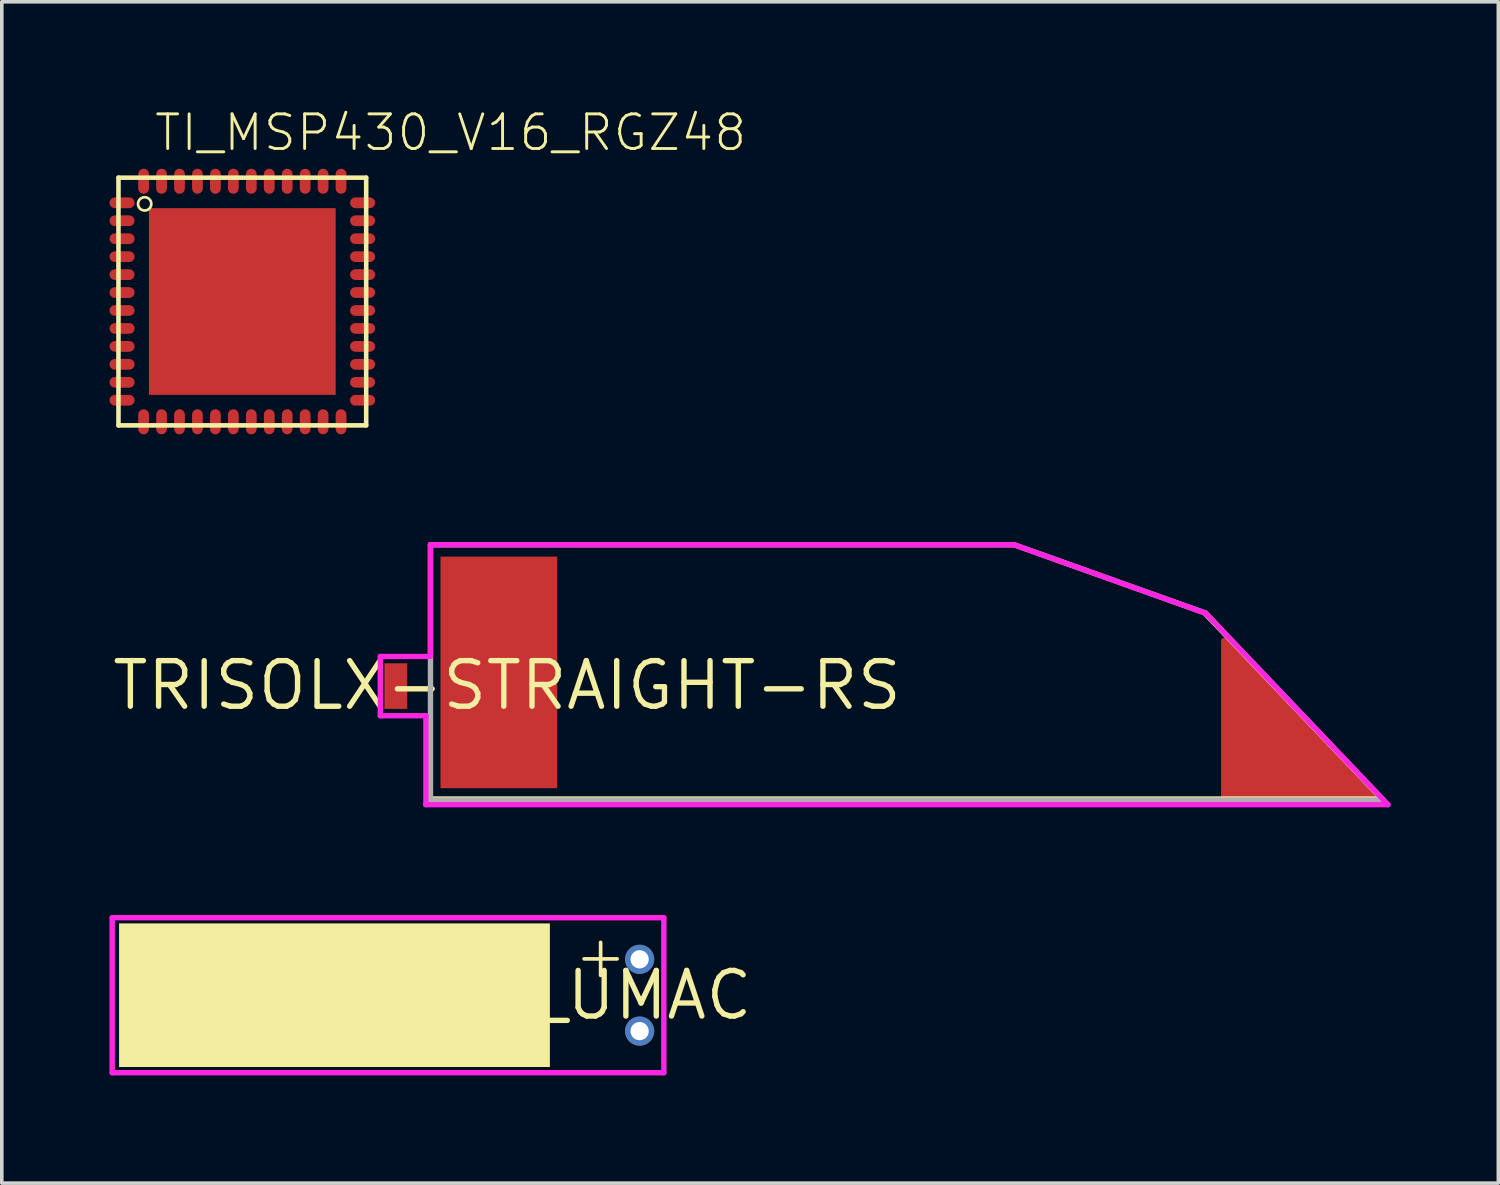
<source format=kicad_pcb>
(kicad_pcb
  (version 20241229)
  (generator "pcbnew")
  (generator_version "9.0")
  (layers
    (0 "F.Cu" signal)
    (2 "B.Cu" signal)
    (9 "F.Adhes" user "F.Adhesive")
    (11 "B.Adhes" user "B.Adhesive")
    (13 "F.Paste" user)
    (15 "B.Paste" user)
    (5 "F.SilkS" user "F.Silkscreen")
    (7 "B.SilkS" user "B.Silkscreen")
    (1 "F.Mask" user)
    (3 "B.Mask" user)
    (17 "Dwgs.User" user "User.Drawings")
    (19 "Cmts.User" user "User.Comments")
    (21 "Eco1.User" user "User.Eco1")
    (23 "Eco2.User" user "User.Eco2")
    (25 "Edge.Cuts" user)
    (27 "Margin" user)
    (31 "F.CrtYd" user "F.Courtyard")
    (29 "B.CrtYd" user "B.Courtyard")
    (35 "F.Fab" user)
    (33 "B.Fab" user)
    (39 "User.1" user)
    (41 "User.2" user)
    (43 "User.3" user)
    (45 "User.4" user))
  (footprint "TRISOLX-STRAIGHT-RS"
    (layer "F.Cu")
    (at 20.879 16.569)
    (property "Reference" "TRISOLX-STRAIGHT-RS" (at 1.27 -1.27 0) (layer "F.SilkS") (effects (font (size 1.27 1.27) (thickness 0.15)) (justify right top)))
    (attr through_hole)
    (fp_line (start -11.909 -4.439) (end -11.909 2.601) (stroke (width 0.076) (type solid)) (layer "F.SilkS"))
    (fp_line (start -11.909 2.601) (end 14.491 2.601) (stroke (width 0.076) (type solid)) (layer "F.SilkS"))
    (fp_line (start 4.327 -4.439) (end -11.909 -4.439) (stroke (width 0.076) (type solid)) (layer "F.SilkS"))
    (fp_line (start 9.57 -2.556) (end 4.327 -4.439) (stroke (width 0.076) (type solid)) (layer "F.SilkS"))
    (fp_line (start 14.491 2.601) (end 9.57 -2.556) (stroke (width 0.076) (type solid)) (layer "F.SilkS"))
    (fp_line (start -13.335 -1.333) (end -11.938 -1.333) (stroke (width 0.15) (type solid)) (layer "F.CrtYd"))
    (fp_line (start -13.335 0.318) (end -13.335 -1.333) (stroke (width 0.15) (type solid)) (layer "F.CrtYd"))
    (fp_line (start -12.065 0.318) (end -13.335 0.318) (stroke (width 0.15) (type solid)) (layer "F.CrtYd"))
    (fp_line (start -12.065 2.794) (end -12.065 0.318) (stroke (width 0.15) (type solid)) (layer "F.CrtYd"))
    (fp_line (start -12.065 2.794) (end -12.065 2.794) (stroke (width 0.15) (type solid)) (layer "F.CrtYd"))
    (fp_line (start -11.938 -4.445) (end 4.318 -4.445) (stroke (width 0.15) (type solid)) (layer "F.CrtYd"))
    (fp_line (start -11.938 -1.397) (end -11.938 -4.445) (stroke (width 0.15) (type solid)) (layer "F.CrtYd"))
    (fp_line (start 4.318 -4.445) (end 9.652 -2.54) (stroke (width 0.15) (type solid)) (layer "F.CrtYd"))
    (fp_line (start 9.652 -2.54) (end 14.732 2.794) (stroke (width 0.15) (type solid)) (layer "F.CrtYd"))
    (fp_line (start 14.732 2.794) (end -12.065 2.794) (stroke (width 0.15) (type solid)) (layer "F.CrtYd"))
    (fp_line (start -11.938 -4.445) (end 4.318 -4.445) (stroke (width 0.15) (type solid)) (layer "F.Fab"))
    (fp_line (start -11.938 2.667) (end -11.938 -4.445) (stroke (width 0.15) (type solid)) (layer "F.Fab"))
    (fp_line (start 4.318 -4.445) (end 9.652 -2.54) (stroke (width 0.15) (type solid)) (layer "F.Fab"))
    (fp_line (start 9.652 -2.54) (end 14.605 2.667) (stroke (width 0.15) (type solid)) (layer "F.Fab"))
    (fp_line (start 14.605 2.667) (end -11.938 2.667) (stroke (width 0.15) (type solid)) (layer "F.Fab"))
    (pad "P$1" smd rect (at -12.903 -0.508 90) (size 1.27 0.635) (layers "F.Cu" "F.Mask" "F.Paste"))
    (pad "P$2" smd rect (at -10.033 -0.889 90) (size 6.452 3.251) (layers "F.Cu" "F.Mask" "F.Paste"))
    (pad "P$2" smd custom (at 11.239 1.016) (size 1.524 1.524) (layers "F.Cu" "F.Mask" "F.Paste") (options (anchor circle)) (primitives (gr_poly (pts (xy 3.111 1.524) (xy -1.079 1.524) (xy -1.079 -2.794)) (width 0.15) (fill yes)))))
  (footprint "UMAC_UMAC"
    (layer "F.Cu")
    (at 12.267 24.672)
    (property "Reference" "UMAC_UMAC" (at 0 0 0) (layer "F.SilkS") (effects (font (size 1.27 1.27) (thickness 0.15))))
    (attr through_hole)
    (fp_poly (pts (xy -12 2) (xy 0 2) (xy 0 -2) (xy -12 -2)) (stroke (width 0) (type solid)) (fill yes) (layer "F.SilkS"))
    (fp_line (start -12.192 -2.159) (end 3.175 -2.159) (stroke (width 0.15) (type solid)) (layer "F.CrtYd"))
    (fp_line (start -12.192 2.159) (end -12.192 -2.159) (stroke (width 0.15) (type solid)) (layer "F.CrtYd"))
    (fp_line (start 3.175 -2.159) (end 3.175 2.159) (stroke (width 0.15) (type solid)) (layer "F.CrtYd"))
    (fp_line (start 3.175 2.159) (end -12.192 2.159) (stroke (width 0.15) (type solid)) (layer "F.CrtYd"))
    (fp_text user "+" (at 0.6 -0.4 0) (layer "F.SilkS") (effects (font (size 1.206 1.206) (thickness 0.102)) (justify left bottom)))
    (pad "V+" thru_hole circle (at 2.5 -1) (size 0.813 0.813) (drill 0.508) (layers "*.Cu" "*.Mask"))
    (pad "V-" thru_hole circle (at 2.5 1) (size 0.813 0.813) (drill 0.508) (layers "*.Cu" "*.Mask")))
  (footprint "TI_MSP430_V16_RGZ48"
    (layer "F.Cu")
    (at 3.7 5.349)
    (property "Reference" "TI_MSP430_V16_RGZ48" (at -2.5 -4.14 0) (layer "F.SilkS") (effects (font (size 0.965 0.965) (thickness 0.081)) (justify left bottom)))
    (attr through_hole)
    (fp_line (start -3.45 -3.45) (end -3.45 3.45) (stroke (width 0.127) (type solid)) (layer "F.SilkS"))
    (fp_line (start -3.45 -3.45) (end 3.45 -3.45) (stroke (width 0.127) (type solid)) (layer "F.SilkS"))
    (fp_line (start -3.45 3.45) (end 3.45 3.45) (stroke (width 0.127) (type solid)) (layer "F.SilkS"))
    (fp_line (start 3.45 3.45) (end 3.45 -3.45) (stroke (width 0.127) (type solid)) (layer "F.SilkS"))
    (fp_circle (center -2.72 -2.72) (end -2.535 -2.72) (stroke (width 0.075) (type solid)) (fill no) (layer "F.SilkS"))
    (pad "1" smd roundrect (at -3.35 -2.75 90) (size 0.3 0.7) (layers "F.Cu" "F.Mask" "F.Paste") (roundrect_rratio 0.5))
    (pad "2" smd roundrect (at -3.35 -2.25 90) (size 0.3 0.7) (layers "F.Cu" "F.Mask" "F.Paste") (roundrect_rratio 0.5))
    (pad "3" smd roundrect (at -3.35 -1.75 90) (size 0.3 0.7) (layers "F.Cu" "F.Mask" "F.Paste") (roundrect_rratio 0.5))
    (pad "4" smd roundrect (at -3.35 -1.25 90) (size 0.3 0.7) (layers "F.Cu" "F.Mask" "F.Paste") (roundrect_rratio 0.5))
    (pad "5" smd roundrect (at -3.35 -0.75 90) (size 0.3 0.7) (layers "F.Cu" "F.Mask" "F.Paste") (roundrect_rratio 0.5))
    (pad "6" smd roundrect (at -3.35 -0.25 90) (size 0.3 0.7) (layers "F.Cu" "F.Mask" "F.Paste") (roundrect_rratio 0.5))
    (pad "7" smd roundrect (at -3.35 0.25 90) (size 0.3 0.7) (layers "F.Cu" "F.Mask" "F.Paste") (roundrect_rratio 0.5))
    (pad "8" smd roundrect (at -3.35 0.75 90) (size 0.3 0.7) (layers "F.Cu" "F.Mask" "F.Paste") (roundrect_rratio 0.5))
    (pad "9" smd roundrect (at -3.35 1.25 90) (size 0.3 0.7) (layers "F.Cu" "F.Mask" "F.Paste") (roundrect_rratio 0.5))
    (pad "10" smd roundrect (at -3.35 1.75 90) (size 0.3 0.7) (layers "F.Cu" "F.Mask" "F.Paste") (roundrect_rratio 0.5))
    (pad "11" smd roundrect (at -3.35 2.25 90) (size 0.3 0.7) (layers "F.Cu" "F.Mask" "F.Paste") (roundrect_rratio 0.5))
    (pad "12" smd roundrect (at -3.35 2.75 90) (size 0.3 0.7) (layers "F.Cu" "F.Mask" "F.Paste") (roundrect_rratio 0.5))
    (pad "13" smd roundrect (at -2.75 3.35 180) (size 0.3 0.7) (layers "F.Cu" "F.Mask" "F.Paste") (roundrect_rratio 0.5))
    (pad "14" smd roundrect (at -2.25 3.35 180) (size 0.3 0.7) (layers "F.Cu" "F.Mask" "F.Paste") (roundrect_rratio 0.5))
    (pad "15" smd roundrect (at -1.75 3.35 180) (size 0.3 0.7) (layers "F.Cu" "F.Mask" "F.Paste") (roundrect_rratio 0.5))
    (pad "16" smd roundrect (at -1.25 3.35 180) (size 0.3 0.7) (layers "F.Cu" "F.Mask" "F.Paste") (roundrect_rratio 0.5))
    (pad "17" smd roundrect (at -0.75 3.35 180) (size 0.3 0.7) (layers "F.Cu" "F.Mask" "F.Paste") (roundrect_rratio 0.5))
    (pad "18" smd roundrect (at -0.25 3.35 180) (size 0.3 0.7) (layers "F.Cu" "F.Mask" "F.Paste") (roundrect_rratio 0.5))
    (pad "19" smd roundrect (at 0.25 3.35 180) (size 0.3 0.7) (layers "F.Cu" "F.Mask" "F.Paste") (roundrect_rratio 0.5))
    (pad "20" smd roundrect (at 0.75 3.35 180) (size 0.3 0.7) (layers "F.Cu" "F.Mask" "F.Paste") (roundrect_rratio 0.5))
    (pad "21" smd roundrect (at 1.25 3.35 180) (size 0.3 0.7) (layers "F.Cu" "F.Mask" "F.Paste") (roundrect_rratio 0.5))
    (pad "22" smd roundrect (at 1.75 3.35 180) (size 0.3 0.7) (layers "F.Cu" "F.Mask" "F.Paste") (roundrect_rratio 0.5))
    (pad "23" smd roundrect (at 2.25 3.35 180) (size 0.3 0.7) (layers "F.Cu" "F.Mask" "F.Paste") (roundrect_rratio 0.5))
    (pad "24" smd roundrect (at 2.75 3.35 180) (size 0.3 0.7) (layers "F.Cu" "F.Mask" "F.Paste") (roundrect_rratio 0.5))
    (pad "25" smd roundrect (at 3.35 2.75 270) (size 0.3 0.7) (layers "F.Cu" "F.Mask" "F.Paste") (roundrect_rratio 0.5))
    (pad "26" smd roundrect (at 3.35 2.25 270) (size 0.3 0.7) (layers "F.Cu" "F.Mask" "F.Paste") (roundrect_rratio 0.5))
    (pad "27" smd roundrect (at 3.35 1.75 270) (size 0.3 0.7) (layers "F.Cu" "F.Mask" "F.Paste") (roundrect_rratio 0.5))
    (pad "28" smd roundrect (at 3.35 1.25 270) (size 0.3 0.7) (layers "F.Cu" "F.Mask" "F.Paste") (roundrect_rratio 0.5))
    (pad "29" smd roundrect (at 3.35 0.75 270) (size 0.3 0.7) (layers "F.Cu" "F.Mask" "F.Paste") (roundrect_rratio 0.5))
    (pad "30" smd roundrect (at 3.35 0.25 270) (size 0.3 0.7) (layers "F.Cu" "F.Mask" "F.Paste") (roundrect_rratio 0.5))
    (pad "31" smd roundrect (at 3.35 -0.25 270) (size 0.3 0.7) (layers "F.Cu" "F.Mask" "F.Paste") (roundrect_rratio 0.5))
    (pad "32" smd roundrect (at 3.35 -0.75 270) (size 0.3 0.7) (layers "F.Cu" "F.Mask" "F.Paste") (roundrect_rratio 0.5))
    (pad "33" smd roundrect (at 3.35 -1.25 270) (size 0.3 0.7) (layers "F.Cu" "F.Mask" "F.Paste") (roundrect_rratio 0.5))
    (pad "34" smd roundrect (at 3.35 -1.75 270) (size 0.3 0.7) (layers "F.Cu" "F.Mask" "F.Paste") (roundrect_rratio 0.5))
    (pad "35" smd roundrect (at 3.35 -2.25 270) (size 0.3 0.7) (layers "F.Cu" "F.Mask" "F.Paste") (roundrect_rratio 0.5))
    (pad "36" smd roundrect (at 3.35 -2.75 270) (size 0.3 0.7) (layers "F.Cu" "F.Mask" "F.Paste") (roundrect_rratio 0.5))
    (pad "37" smd roundrect (at 2.75 -3.35) (size 0.3 0.7) (layers "F.Cu" "F.Mask" "F.Paste") (roundrect_rratio 0.5))
    (pad "38" smd roundrect (at 2.25 -3.35) (size 0.3 0.7) (layers "F.Cu" "F.Mask" "F.Paste") (roundrect_rratio 0.5))
    (pad "39" smd roundrect (at 1.75 -3.35) (size 0.3 0.7) (layers "F.Cu" "F.Mask" "F.Paste") (roundrect_rratio 0.5))
    (pad "40" smd roundrect (at 1.25 -3.35) (size 0.3 0.7) (layers "F.Cu" "F.Mask" "F.Paste") (roundrect_rratio 0.5))
    (pad "41" smd roundrect (at 0.75 -3.35 180) (size 0.3 0.7) (layers "F.Cu" "F.Mask" "F.Paste") (roundrect_rratio 0.5))
    (pad "42" smd roundrect (at 0.25 -3.35 180) (size 0.3 0.7) (layers "F.Cu" "F.Mask" "F.Paste") (roundrect_rratio 0.5))
    (pad "43" smd roundrect (at -0.25 -3.35 180) (size 0.3 0.7) (layers "F.Cu" "F.Mask" "F.Paste") (roundrect_rratio 0.5))
    (pad "44" smd roundrect (at -0.75 -3.35 180) (size 0.3 0.7) (layers "F.Cu" "F.Mask" "F.Paste") (roundrect_rratio 0.5))
    (pad "45" smd roundrect (at -1.25 -3.35) (size 0.3 0.7) (layers "F.Cu" "F.Mask" "F.Paste") (roundrect_rratio 0.5))
    (pad "46" smd roundrect (at -1.75 -3.35) (size 0.3 0.7) (layers "F.Cu" "F.Mask" "F.Paste") (roundrect_rratio 0.5))
    (pad "47" smd roundrect (at -2.25 -3.35) (size 0.3 0.7) (layers "F.Cu" "F.Mask" "F.Paste") (roundrect_rratio 0.5))
    (pad "48" smd roundrect (at -2.75 -3.35) (size 0.3 0.7) (layers "F.Cu" "F.Mask" "F.Paste") (roundrect_rratio 0.5))
    (pad "TP" smd rect (at 0 0) (size 5.2 5.2) (layers "F.Cu" "F.Mask" "F.Paste")))
  (gr_rect
    (start -3 -3)
    (end 38.686 29.906)
    (stroke (width 0.1) (type default))
    (fill no)
    (layer "Edge.Cuts")))
</source>
